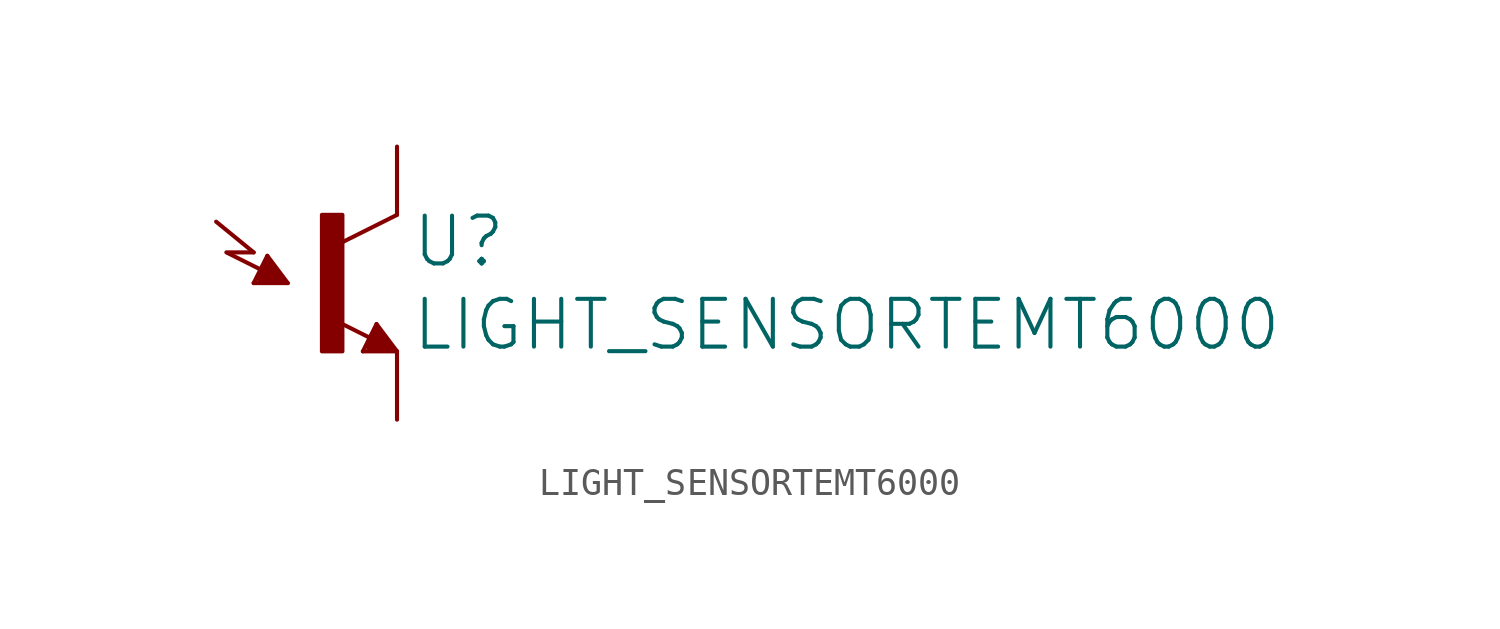
<source format=kicad_sym>
(kicad_symbol_lib
  (version 20211014)
  (generator kicad_symbol_editor)
  (symbol "LIGHT_SENSORTEMT6000"
    (property "Reference" "U"
      (at 3.048 0.508 0)
      (effects (font (size 1.778 1.778)) (justify left bottom)))
    (property "Value" "LIGHT_SENSORTEMT6000"
      (at 3.048 -0.508 0)
      (effects (font (size 1.778 1.778)) (justify left top)))
    (property "ki_locked" ""
      (at 0 0 0)
      (effects (font (size 1.27 1.27))))
    (symbol "LIGHT_SENSORTEMT6000_1_0"
      (rectangle (start -0.254 -2.54) (end 0.508 2.54) (stroke (width 0) (type default) (color 0 0 0 0)) (fill (type outline)))
      (polyline (pts (xy -3.81 1.143) (xy -2.794 1.143)) (stroke (width 0.152) (type default) (color 0 0 0 0)) (fill (type none)))
      (polyline (pts (xy -2.794 0) (xy -2.286 1.016)) (stroke (width 0.152) (type default) (color 0 0 0 0)) (fill (type none)))
      (polyline (pts (xy -2.794 1.143) (xy -4.191 2.286)) (stroke (width 0.152) (type default) (color 0 0 0 0)) (fill (type none)))
      (polyline (pts (xy -2.54 0.127) (xy -1.778 0.127)) (stroke (width 0.254) (type default) (color 0 0 0 0)) (fill (type none)))
      (polyline (pts (xy -2.54 0.254) (xy -2.159 0.254)) (stroke (width 0.254) (type default) (color 0 0 0 0)) (fill (type none)))
      (polyline (pts (xy -2.524 0.5) (xy -3.756 1.116)) (stroke (width 0.152) (type default) (color 0 0 0 0)) (fill (type none)))
      (polyline (pts (xy -2.286 0.762) (xy -2.54 0.254)) (stroke (width 0.254) (type default) (color 0 0 0 0)) (fill (type none)))
      (polyline (pts (xy -2.286 1.016) (xy -1.524 0)) (stroke (width 0.152) (type default) (color 0 0 0 0)) (fill (type none)))
      (polyline (pts (xy -2.159 0.254) (xy -2.286 0.508)) (stroke (width 0.254) (type default) (color 0 0 0 0)) (fill (type none)))
      (polyline (pts (xy -1.778 0.127) (xy -2.286 0.762)) (stroke (width 0.254) (type default) (color 0 0 0 0)) (fill (type none)))
      (polyline (pts (xy -1.524 0) (xy -2.794 0)) (stroke (width 0.152) (type default) (color 0 0 0 0)) (fill (type none)))
      (polyline (pts (xy 1.27 -2.54) (xy 1.778 -1.524)) (stroke (width 0.152) (type default) (color 0 0 0 0)) (fill (type none)))
      (polyline (pts (xy 1.524 -2.413) (xy 2.286 -2.413)) (stroke (width 0.254) (type default) (color 0 0 0 0)) (fill (type none)))
      (polyline (pts (xy 1.524 -2.286) (xy 1.905 -2.286)) (stroke (width 0.254) (type default) (color 0 0 0 0)) (fill (type none)))
      (polyline (pts (xy 1.54 -2.04) (xy 0.308 -1.424)) (stroke (width 0.152) (type default) (color 0 0 0 0)) (fill (type none)))
      (polyline (pts (xy 1.778 -1.778) (xy 1.524 -2.286)) (stroke (width 0.254) (type default) (color 0 0 0 0)) (fill (type none)))
      (polyline (pts (xy 1.778 -1.524) (xy 2.54 -2.54)) (stroke (width 0.152) (type default) (color 0 0 0 0)) (fill (type none)))
      (polyline (pts (xy 1.905 -2.286) (xy 1.778 -2.032)) (stroke (width 0.254) (type default) (color 0 0 0 0)) (fill (type none)))
      (polyline (pts (xy 2.286 -2.413) (xy 1.778 -1.778)) (stroke (width 0.254) (type default) (color 0 0 0 0)) (fill (type none)))
      (polyline (pts (xy 2.54 -2.54) (xy 1.27 -2.54)) (stroke (width 0.152) (type default) (color 0 0 0 0)) (fill (type none)))
      (polyline (pts (xy 2.54 2.54) (xy 0.508 1.524)) (stroke (width 0.152) (type default) (color 0 0 0 0)) (fill (type none)))
      (pin passive line (at 2.54 5.08 270) (length 2.54) (name "C1" (effects (font (size 0 0)))) (number "COLLECTOR" (effects (font (size 0 0)))))
      (pin passive line (at 2.54 -5.08 90) (length 2.54) (name "E1" (effects (font (size 0 0)))) (number "EMITTER" (effects (font (size 0 0))))))))
</source>
